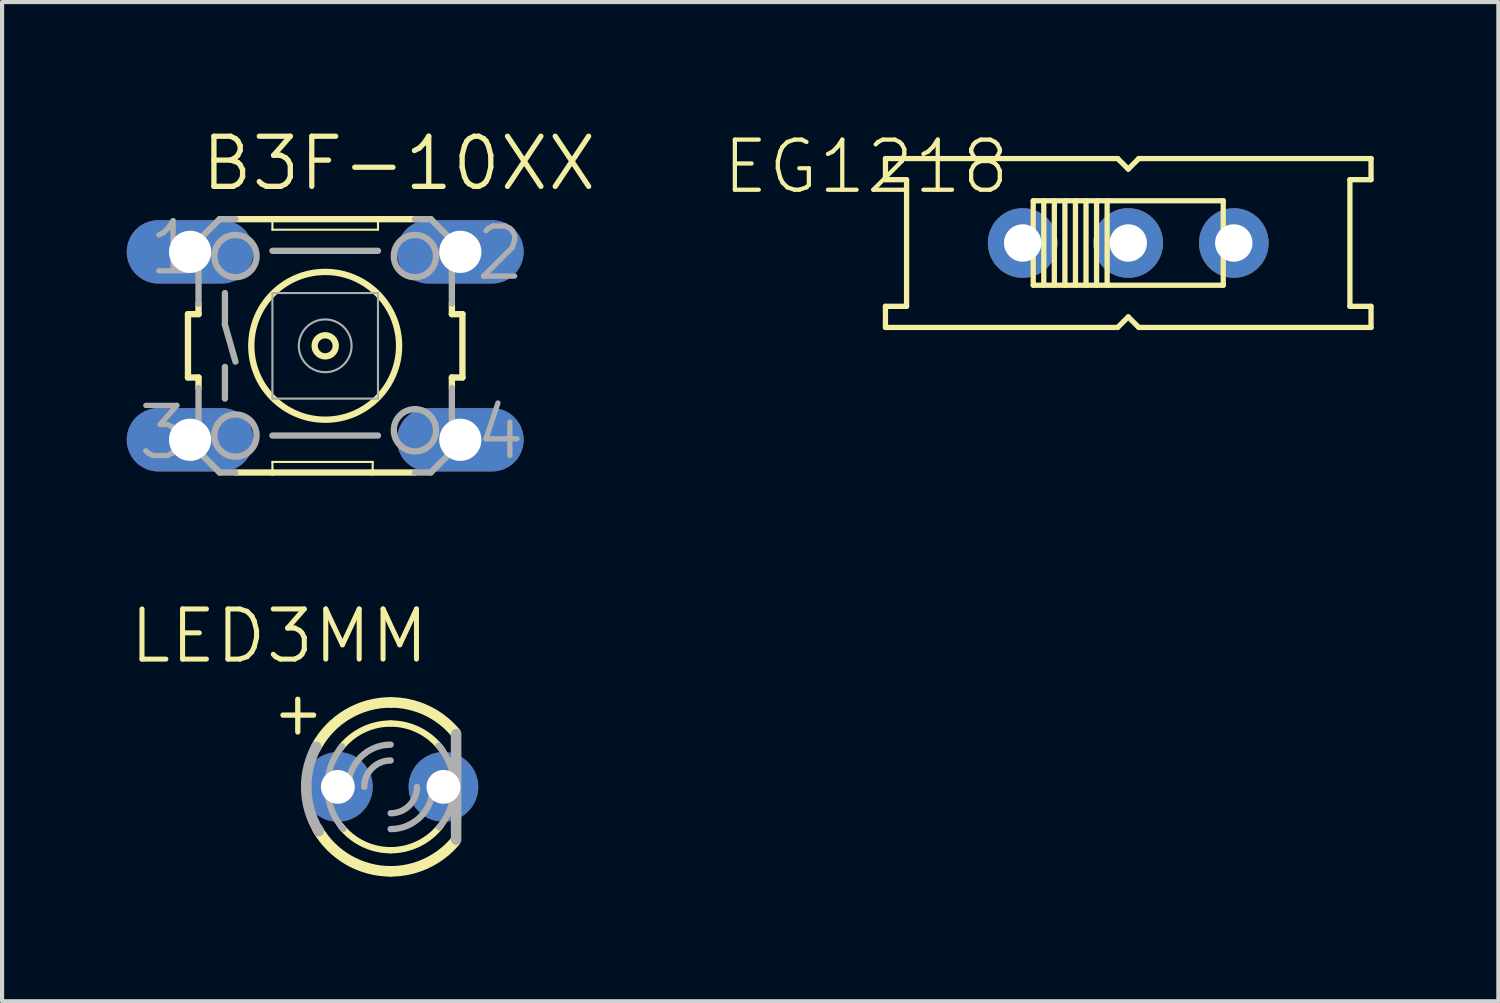
<source format=kicad_pcb>
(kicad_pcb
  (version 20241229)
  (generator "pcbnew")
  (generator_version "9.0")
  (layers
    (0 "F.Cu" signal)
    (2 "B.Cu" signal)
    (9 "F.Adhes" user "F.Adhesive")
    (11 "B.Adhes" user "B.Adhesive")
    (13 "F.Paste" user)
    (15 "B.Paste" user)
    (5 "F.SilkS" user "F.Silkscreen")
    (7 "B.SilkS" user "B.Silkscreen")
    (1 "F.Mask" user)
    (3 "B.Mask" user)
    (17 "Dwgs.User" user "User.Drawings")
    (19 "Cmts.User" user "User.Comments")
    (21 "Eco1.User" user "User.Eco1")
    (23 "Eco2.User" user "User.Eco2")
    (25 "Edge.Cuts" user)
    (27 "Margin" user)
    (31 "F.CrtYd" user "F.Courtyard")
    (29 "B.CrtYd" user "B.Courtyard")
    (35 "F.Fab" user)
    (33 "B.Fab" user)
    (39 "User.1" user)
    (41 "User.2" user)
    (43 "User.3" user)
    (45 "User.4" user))
  (footprint "LED3MM"
    (layer "F.Cu")
    (at 6.35 15.884)
    (property "Reference" "LED3MM" (at -6.35 -2.921 0) (layer "F.SilkS") (effects (font (size 1.206 1.206) (thickness 0.121)) (justify left bottom)))
    (attr through_hole)
    (fp_line (start -2.591 -1.727) (end -1.854 -1.727) (stroke (width 0.127) (type solid)) (layer "F.SilkS"))
    (fp_line (start -2.235 -1.321) (end -2.235 -2.108) (stroke (width 0.127) (type solid)) (layer "F.SilkS"))
    (fp_arc (start -1.7929 -0.9562) (mid -1.045438 -1.7424) (end 0 -2.032) (stroke (width 0.254) (type solid)) (layer "F.SilkS"))
    (fp_arc (start -1.2192 -0.9144) (mid -0.681554 -1.363107) (end 0 -1.524) (stroke (width 0.1524) (type solid)) (layer "F.SilkS"))
    (fp_arc (start 0 -2.032) (mid 0.861864 -1.840173) (end 1.561 -1.3009) (stroke (width 0.254) (type solid)) (layer "F.SilkS"))
    (fp_arc (start 0 -1.524) (mid 0.697339 -1.355082) (end 1.2401 -0.885801) (stroke (width 0.1524) (type solid)) (layer "F.SilkS"))
    (fp_arc (start 0 1.524) (mid -0.669593 1.369018) (end -1.203 0.9356) (stroke (width 0.1524) (type solid)) (layer "F.SilkS"))
    (fp_arc (start 0 2.032) (mid -1.019924 1.757525) (end -1.7643 1.0082) (stroke (width 0.254) (type solid)) (layer "F.SilkS"))
    (fp_arc (start 1.203 0.9356) (mid 0.669593 1.369018) (end 0 1.524) (stroke (width 0.1524) (type solid)) (layer "F.SilkS"))
    (fp_arc (start 1.5512 1.3126) (mid 0.854953 1.843405) (end 0 2.032) (stroke (width 0.254) (type solid)) (layer "F.SilkS"))
    (fp_line (start 1.575 1.27) (end 1.575 -1.27) (stroke (width 0.254) (type solid)) (layer "F.Fab"))
    (fp_arc (start -2.032 0) (mid -1.970339 -0.496775) (end -1.7891 -0.9634) (stroke (width 0.254) (type solid)) (layer "F.Fab"))
    (fp_arc (start -1.7306 1.065) (mid -1.95521 0.553417) (end -2.032 0) (stroke (width 0.254) (type solid)) (layer "F.Fab"))
    (fp_arc (start -1.524 0) (mid -1.432981 -0.518783) (end -1.1708 -0.9756) (stroke (width 0.1524) (type solid)) (layer "F.Fab"))
    (fp_arc (start -1.1391 1.0125) (mid -1.42454 0.5416) (end -1.524 0) (stroke (width 0.1524) (type solid)) (layer "F.Fab"))
    (fp_arc (start -1.016 0) (mid -0.71842 -0.71842) (end 0 -1.016) (stroke (width 0.1524) (type solid)) (layer "F.Fab"))
    (fp_arc (start -0.635 0) (mid -0.449013 -0.449013) (end 0 -0.635) (stroke (width 0.1524) (type solid)) (layer "F.Fab"))
    (fp_arc (start 0.635 0) (mid 0.449013 0.449013) (end 0 0.635) (stroke (width 0.1524) (type solid)) (layer "F.Fab"))
    (fp_arc (start 1.016 0) (mid 0.71842 0.71842) (end 0 1.016) (stroke (width 0.1524) (type solid)) (layer "F.Fab"))
    (fp_arc (start 1.1571 -0.9918) (mid 1.429332 -0.528744) (end 1.524 0) (stroke (width 0.1524) (type solid)) (layer "F.Fab"))
    (fp_arc (start 1.524 0) (mid 1.432981 0.518783) (end 1.1708 0.9756) (stroke (width 0.1524) (type solid)) (layer "F.Fab"))
    (pad "A" thru_hole circle (at -1.27 0) (size 1.676 1.676) (drill 0.813) (layers "*.Cu" "*.Mask"))
    (pad "K" thru_hole circle (at 1.27 0) (size 1.676 1.676) (drill 0.813) (layers "*.Cu" "*.Mask")))
  (footprint "EG1218"
    (layer "F.Cu")
    (at 24.098 2.797)
    (property "Reference" "EG1218" (at -2.794 -2.54 0) (layer "F.SilkS") (effects (font (size 1.206 1.206) (thickness 0.102)) (justify right top)))
    (attr through_hole)
    (fp_line (start -5.842 -2.032) (end -0.254 -2.032) (stroke (width 0.127) (type solid)) (layer "F.SilkS"))
    (fp_line (start -5.842 -1.524) (end -5.842 -2.032) (stroke (width 0.127) (type solid)) (layer "F.SilkS"))
    (fp_line (start -5.842 1.524) (end -5.334 1.524) (stroke (width 0.127) (type solid)) (layer "F.SilkS"))
    (fp_line (start -5.842 2.032) (end -5.842 1.524) (stroke (width 0.127) (type solid)) (layer "F.SilkS"))
    (fp_line (start -5.334 -1.524) (end -5.842 -1.524) (stroke (width 0.127) (type solid)) (layer "F.SilkS"))
    (fp_line (start -5.334 1.524) (end -5.334 -1.524) (stroke (width 0.127) (type solid)) (layer "F.SilkS"))
    (fp_line (start -2.286 -1.016) (end 2.286 -1.016) (stroke (width 0.127) (type solid)) (layer "F.SilkS"))
    (fp_line (start -2.286 1.016) (end -2.286 -1.016) (stroke (width 0.127) (type solid)) (layer "F.SilkS"))
    (fp_line (start -2.032 -1.016) (end -2.032 1.016) (stroke (width 0.127) (type solid)) (layer "F.SilkS"))
    (fp_line (start -1.778 1.016) (end -1.778 -1.016) (stroke (width 0.127) (type solid)) (layer "F.SilkS"))
    (fp_line (start -1.524 -1.016) (end -1.524 1.016) (stroke (width 0.127) (type solid)) (layer "F.SilkS"))
    (fp_line (start -1.27 1.016) (end -1.27 -1.016) (stroke (width 0.127) (type solid)) (layer "F.SilkS"))
    (fp_line (start -1.016 -1.016) (end -1.016 1.016) (stroke (width 0.127) (type solid)) (layer "F.SilkS"))
    (fp_line (start -0.762 1.016) (end -0.762 -1.016) (stroke (width 0.127) (type solid)) (layer "F.SilkS"))
    (fp_line (start -0.508 -1.016) (end -0.508 1.016) (stroke (width 0.127) (type solid)) (layer "F.SilkS"))
    (fp_line (start -0.254 -2.032) (end 0 -1.778) (stroke (width 0.127) (type solid)) (layer "F.SilkS"))
    (fp_line (start -0.254 2.032) (end -5.842 2.032) (stroke (width 0.127) (type solid)) (layer "F.SilkS"))
    (fp_line (start 0 -1.778) (end 0.254 -2.032) (stroke (width 0.127) (type solid)) (layer "F.SilkS"))
    (fp_line (start 0 1.778) (end -0.254 2.032) (stroke (width 0.127) (type solid)) (layer "F.SilkS"))
    (fp_line (start 0.254 -2.032) (end 5.842 -2.032) (stroke (width 0.127) (type solid)) (layer "F.SilkS"))
    (fp_line (start 0.254 2.032) (end 0 1.778) (stroke (width 0.127) (type solid)) (layer "F.SilkS"))
    (fp_line (start 2.286 -1.016) (end 2.286 1.016) (stroke (width 0.127) (type solid)) (layer "F.SilkS"))
    (fp_line (start 2.286 1.016) (end -2.286 1.016) (stroke (width 0.127) (type solid)) (layer "F.SilkS"))
    (fp_line (start 5.334 -1.524) (end 5.334 1.524) (stroke (width 0.127) (type solid)) (layer "F.SilkS"))
    (fp_line (start 5.334 1.524) (end 5.842 1.524) (stroke (width 0.127) (type solid)) (layer "F.SilkS"))
    (fp_line (start 5.842 -2.032) (end 5.842 -1.524) (stroke (width 0.127) (type solid)) (layer "F.SilkS"))
    (fp_line (start 5.842 -1.524) (end 5.334 -1.524) (stroke (width 0.127) (type solid)) (layer "F.SilkS"))
    (fp_line (start 5.842 1.524) (end 5.842 2.032) (stroke (width 0.127) (type solid)) (layer "F.SilkS"))
    (fp_line (start 5.842 2.032) (end 0.254 2.032) (stroke (width 0.127) (type solid)) (layer "F.SilkS"))
    (pad "O" thru_hole circle (at -2.54 0) (size 1.676 1.676) (drill 0.9) (layers "*.Cu" "*.Mask"))
    (pad "P" thru_hole circle (at 0 0) (size 1.676 1.676) (drill 0.9) (layers "*.Cu" "*.Mask"))
    (pad "S" thru_hole circle (at 2.54 0) (size 1.676 1.676) (drill 0.9) (layers "*.Cu" "*.Mask")))
  (footprint "B3F-10XX"
    (layer "F.Cu")
    (at 4.775 5.271)
    (property "Reference" "B3F-10XX" (at -3.048 -3.683 0) (layer "F.SilkS") (effects (font (size 1.206 1.206) (thickness 0.127)) (justify left bottom)))
    (attr through_hole)
    (fp_line (start -3.302 -0.762) (end -3.302 0.762) (stroke (width 0.152) (type solid)) (layer "F.SilkS"))
    (fp_line (start -3.302 -0.762) (end -3.048 -0.762) (stroke (width 0.152) (type solid)) (layer "F.SilkS"))
    (fp_line (start -3.048 -0.762) (end -3.048 -1.016) (stroke (width 0.152) (type solid)) (layer "F.SilkS"))
    (fp_line (start -3.048 0.762) (end -3.302 0.762) (stroke (width 0.152) (type solid)) (layer "F.SilkS"))
    (fp_line (start -3.048 0.762) (end -3.048 1.016) (stroke (width 0.152) (type solid)) (layer "F.SilkS"))
    (fp_line (start -2.159 3.048) (end -1.27 3.048) (stroke (width 0.152) (type solid)) (layer "F.SilkS"))
    (fp_line (start -1.27 -3.048) (end -2.159 -3.048) (stroke (width 0.152) (type solid)) (layer "F.SilkS"))
    (fp_line (start -1.27 -3.048) (end -1.27 -2.794) (stroke (width 0.051) (type solid)) (layer "F.SilkS"))
    (fp_line (start -1.27 2.794) (end -1.27 3.048) (stroke (width 0.051) (type solid)) (layer "F.SilkS"))
    (fp_line (start -1.27 3.048) (end 1.143 3.048) (stroke (width 0.152) (type solid)) (layer "F.SilkS"))
    (fp_line (start 1.143 2.794) (end -1.27 2.794) (stroke (width 0.051) (type solid)) (layer "F.SilkS"))
    (fp_line (start 1.143 2.794) (end 1.143 3.048) (stroke (width 0.051) (type solid)) (layer "F.SilkS"))
    (fp_line (start 1.143 3.048) (end 2.159 3.048) (stroke (width 0.152) (type solid)) (layer "F.SilkS"))
    (fp_line (start 1.27 -3.048) (end -1.27 -3.048) (stroke (width 0.152) (type solid)) (layer "F.SilkS"))
    (fp_line (start 1.27 -2.794) (end -1.27 -2.794) (stroke (width 0.051) (type solid)) (layer "F.SilkS"))
    (fp_line (start 1.27 -2.794) (end 1.27 -3.048) (stroke (width 0.051) (type solid)) (layer "F.SilkS"))
    (fp_line (start 2.159 -3.048) (end 1.27 -3.048) (stroke (width 0.152) (type solid)) (layer "F.SilkS"))
    (fp_line (start 3.048 -0.762) (end 3.048 -1.016) (stroke (width 0.152) (type solid)) (layer "F.SilkS"))
    (fp_line (start 3.048 -0.762) (end 3.302 -0.762) (stroke (width 0.152) (type solid)) (layer "F.SilkS"))
    (fp_line (start 3.048 0.762) (end 3.048 1.016) (stroke (width 0.152) (type solid)) (layer "F.SilkS"))
    (fp_line (start 3.302 0.762) (end 3.048 0.762) (stroke (width 0.152) (type solid)) (layer "F.SilkS"))
    (fp_line (start 3.302 0.762) (end 3.302 -0.762) (stroke (width 0.152) (type solid)) (layer "F.SilkS"))
    (fp_circle (center 0 0) (end 0.254 0) (stroke (width 0.152) (type solid)) (fill no) (layer "F.SilkS"))
    (fp_circle (center 0 0) (end 1.778 0) (stroke (width 0.152) (type solid)) (fill no) (layer "F.SilkS"))
    (fp_line (start -3.048 -2.54) (end -3.048 -1.016) (stroke (width 0.152) (type solid)) (layer "F.Fab"))
    (fp_line (start -3.048 2.54) (end -3.048 1.016) (stroke (width 0.152) (type solid)) (layer "F.Fab"))
    (fp_line (start -2.54 -3.048) (end -3.048 -2.54) (stroke (width 0.152) (type solid)) (layer "F.Fab"))
    (fp_line (start -2.54 -3.048) (end -2.159 -3.048) (stroke (width 0.152) (type solid)) (layer "F.Fab"))
    (fp_line (start -2.54 3.048) (end -3.048 2.54) (stroke (width 0.152) (type solid)) (layer "F.Fab"))
    (fp_line (start -2.54 3.048) (end -2.159 3.048) (stroke (width 0.152) (type solid)) (layer "F.Fab"))
    (fp_line (start -2.413 -1.27) (end -2.413 -0.508) (stroke (width 0.152) (type solid)) (layer "F.Fab"))
    (fp_line (start -2.413 -0.508) (end -2.159 0.381) (stroke (width 0.152) (type solid)) (layer "F.Fab"))
    (fp_line (start -2.413 0.508) (end -2.413 1.27) (stroke (width 0.152) (type solid)) (layer "F.Fab"))
    (fp_line (start -1.27 -1.27) (end -1.27 1.27) (stroke (width 0.051) (type solid)) (layer "F.Fab"))
    (fp_line (start -1.27 -1.27) (end 1.27 -1.27) (stroke (width 0.051) (type solid)) (layer "F.Fab"))
    (fp_line (start -1.27 2.159) (end 1.27 2.159) (stroke (width 0.152) (type solid)) (layer "F.Fab"))
    (fp_line (start 1.27 -2.286) (end -1.27 -2.286) (stroke (width 0.152) (type solid)) (layer "F.Fab"))
    (fp_line (start 1.27 1.27) (end -1.27 1.27) (stroke (width 0.051) (type solid)) (layer "F.Fab"))
    (fp_line (start 1.27 1.27) (end 1.27 -1.27) (stroke (width 0.051) (type solid)) (layer "F.Fab"))
    (fp_line (start 2.54 -3.048) (end 2.159 -3.048) (stroke (width 0.152) (type solid)) (layer "F.Fab"))
    (fp_line (start 2.54 3.048) (end 2.159 3.048) (stroke (width 0.152) (type solid)) (layer "F.Fab"))
    (fp_line (start 2.54 3.048) (end 3.048 2.54) (stroke (width 0.152) (type solid)) (layer "F.Fab"))
    (fp_line (start 3.048 -2.54) (end 2.54 -3.048) (stroke (width 0.152) (type solid)) (layer "F.Fab"))
    (fp_line (start 3.048 -1.016) (end 3.048 -2.54) (stroke (width 0.152) (type solid)) (layer "F.Fab"))
    (fp_line (start 3.048 2.54) (end 3.048 1.016) (stroke (width 0.152) (type solid)) (layer "F.Fab"))
    (fp_circle (center -2.159 -2.159) (end -1.651 -2.159) (stroke (width 0.152) (type solid)) (fill no) (layer "F.Fab"))
    (fp_circle (center -2.159 2.159) (end -1.651 2.159) (stroke (width 0.152) (type solid)) (fill no) (layer "F.Fab"))
    (fp_circle (center 0 0) (end 0.635 0) (stroke (width 0.051) (type solid)) (fill no) (layer "F.Fab"))
    (fp_circle (center 2.159 -2.159) (end 2.667 -2.159) (stroke (width 0.152) (type solid)) (fill no) (layer "F.Fab"))
    (fp_circle (center 2.159 2.032) (end 2.667 2.032) (stroke (width 0.152) (type solid)) (fill no) (layer "F.Fab"))
    (fp_text user "1" (at -4.318 -1.651 0) (layer "F.Fab") (effects (font (size 1.206 1.206) (thickness 0.127)) (justify left bottom)))
    (fp_text user "2" (at 3.556 -1.524 0) (layer "F.Fab") (effects (font (size 1.206 1.206) (thickness 0.127)) (justify left bottom)))
    (fp_text user "4" (at 3.556 2.794 0) (layer "F.Fab") (effects (font (size 1.206 1.206) (thickness 0.127)) (justify left bottom)))
    (fp_text user "3" (at -4.572 2.794 0) (layer "F.Fab") (effects (font (size 1.206 1.206) (thickness 0.127)) (justify left bottom)))
    (pad "1" thru_hole oval (at -3.251 -2.261) (size 3.048 1.524) (drill 1.016) (layers "*.Cu" "*.Mask"))
    (pad "2" thru_hole oval (at 3.251 -2.261) (size 3.048 1.524) (drill 1.016) (layers "*.Cu" "*.Mask"))
    (pad "3" thru_hole oval (at -3.251 2.261) (size 3.048 1.524) (drill 1.016) (layers "*.Cu" "*.Mask"))
    (pad "4" thru_hole oval (at 3.251 2.261) (size 3.048 1.524) (drill 1.016) (layers "*.Cu" "*.Mask")))
  (gr_rect
    (start -3 -3)
    (end 33.004 21.043)
    (stroke (width 0.1) (type default))
    (fill no)
    (layer "Edge.Cuts")))
</source>
